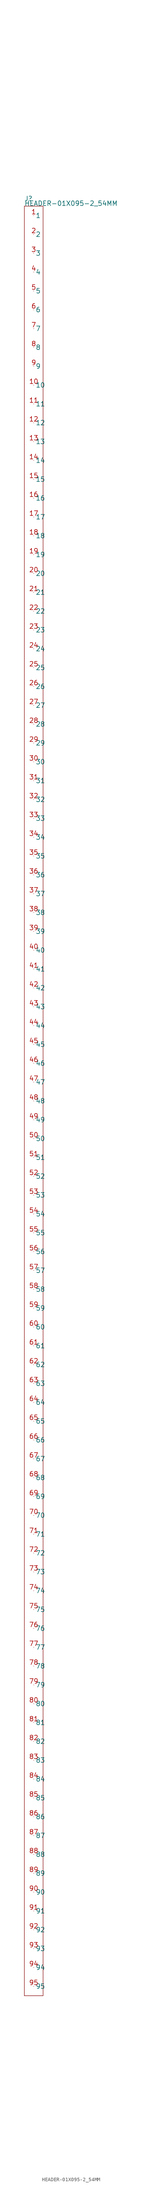
<source format=kicad_sym>
(kicad_symbol_lib
  (version 20211014)
  (generator kicad_symbol_editor)
  (symbol "HEADER-01X095-2_54MM"
    (pin_names)
    (property "Reference" "J"
      (at -2.54 242.57 0)
      (effects (font (size 1.27 1.27)) (justify left bottom)))
    (property "Value" "HEADER-01X095-2_54MM"
      (at -2.54 241.3 0)
      (effects (font (size 1.27 1.27)) (justify left bottom)))
    (property "Datasheet" ""
      (at 0 0 0))
    (property "ki_description" "Header 1x95  - Header Vertical 95POS 2.54MM Technical Specifications: Pitch: 0.1\" (2.54mm) "
      (at 0 0 0))
    (property "ki_fp_filters" "FlashPCB_Connectors:HEADER-THT-01X095-2_54MM FlashPCB_Connectors:HEADER-THT-LONG-01X095-2_54MM FlashPCB_Connectors:HEADER-THT-NOSILK-01X095-2_54MM FlashPCB_Connectors:HEADER-THT-LONG-NOSILK-01X095-2_54MM"
      (at 0 0 0))
    (symbol "HEADER-01X095-2_54MM_1_1"
      (polyline (pts (xy -2.54 241.3) (xy 2.54 241.3)) (stroke (width 0.127)) (fill (type none)))
      (polyline (pts (xy 2.54 241.3) (xy 2.54 -241.3)) (stroke (width 0.127)) (fill (type none)))
      (polyline (pts (xy 2.54 -241.3) (xy -2.54 -241.3)) (stroke (width 0.127)) (fill (type none)))
      (polyline (pts (xy -2.54 -241.3) (xy -2.54 241.3)) (stroke (width 0.127)) (fill (type none)))
      (pin bidirectional line (at 0 238.76 0) (length 0) (name "1" (effects (font (size 1.27 1.27)))) (number "1" (effects (font (size 1.27 1.27)))))
      (pin bidirectional line (at 0 233.68 0) (length 0) (name "2" (effects (font (size 1.27 1.27)))) (number "2" (effects (font (size 1.27 1.27)))))
      (pin bidirectional line (at 0 228.6 0) (length 0) (name "3" (effects (font (size 1.27 1.27)))) (number "3" (effects (font (size 1.27 1.27)))))
      (pin bidirectional line (at 0 223.52 0) (length 0) (name "4" (effects (font (size 1.27 1.27)))) (number "4" (effects (font (size 1.27 1.27)))))
      (pin bidirectional line (at 0 218.44 0) (length 0) (name "5" (effects (font (size 1.27 1.27)))) (number "5" (effects (font (size 1.27 1.27)))))
      (pin bidirectional line (at 0 213.36 0) (length 0) (name "6" (effects (font (size 1.27 1.27)))) (number "6" (effects (font (size 1.27 1.27)))))
      (pin bidirectional line (at 0 208.28 0) (length 0) (name "7" (effects (font (size 1.27 1.27)))) (number "7" (effects (font (size 1.27 1.27)))))
      (pin bidirectional line (at 0 203.2 0) (length 0) (name "8" (effects (font (size 1.27 1.27)))) (number "8" (effects (font (size 1.27 1.27)))))
      (pin bidirectional line (at 0 198.12 0) (length 0) (name "9" (effects (font (size 1.27 1.27)))) (number "9" (effects (font (size 1.27 1.27)))))
      (pin bidirectional line (at 0 193.04 0) (length 0) (name "10" (effects (font (size 1.27 1.27)))) (number "10" (effects (font (size 1.27 1.27)))))
      (pin bidirectional line (at 0 187.96 0) (length 0) (name "11" (effects (font (size 1.27 1.27)))) (number "11" (effects (font (size 1.27 1.27)))))
      (pin bidirectional line (at 0 182.88 0) (length 0) (name "12" (effects (font (size 1.27 1.27)))) (number "12" (effects (font (size 1.27 1.27)))))
      (pin bidirectional line (at 0 177.8 0) (length 0) (name "13" (effects (font (size 1.27 1.27)))) (number "13" (effects (font (size 1.27 1.27)))))
      (pin bidirectional line (at 0 172.72 0) (length 0) (name "14" (effects (font (size 1.27 1.27)))) (number "14" (effects (font (size 1.27 1.27)))))
      (pin bidirectional line (at 0 167.64 0) (length 0) (name "15" (effects (font (size 1.27 1.27)))) (number "15" (effects (font (size 1.27 1.27)))))
      (pin bidirectional line (at 0 162.56 0) (length 0) (name "16" (effects (font (size 1.27 1.27)))) (number "16" (effects (font (size 1.27 1.27)))))
      (pin bidirectional line (at 0 157.48 0) (length 0) (name "17" (effects (font (size 1.27 1.27)))) (number "17" (effects (font (size 1.27 1.27)))))
      (pin bidirectional line (at 0 152.4 0) (length 0) (name "18" (effects (font (size 1.27 1.27)))) (number "18" (effects (font (size 1.27 1.27)))))
      (pin bidirectional line (at 0 147.32 0) (length 0) (name "19" (effects (font (size 1.27 1.27)))) (number "19" (effects (font (size 1.27 1.27)))))
      (pin bidirectional line (at 0 142.24 0) (length 0) (name "20" (effects (font (size 1.27 1.27)))) (number "20" (effects (font (size 1.27 1.27)))))
      (pin bidirectional line (at 0 137.16 0) (length 0) (name "21" (effects (font (size 1.27 1.27)))) (number "21" (effects (font (size 1.27 1.27)))))
      (pin bidirectional line (at 0 132.08 0) (length 0) (name "22" (effects (font (size 1.27 1.27)))) (number "22" (effects (font (size 1.27 1.27)))))
      (pin bidirectional line (at 0 127 0) (length 0) (name "23" (effects (font (size 1.27 1.27)))) (number "23" (effects (font (size 1.27 1.27)))))
      (pin bidirectional line (at 0 121.92 0) (length 0) (name "24" (effects (font (size 1.27 1.27)))) (number "24" (effects (font (size 1.27 1.27)))))
      (pin bidirectional line (at 0 116.84 0) (length 0) (name "25" (effects (font (size 1.27 1.27)))) (number "25" (effects (font (size 1.27 1.27)))))
      (pin bidirectional line (at 0 111.76 0) (length 0) (name "26" (effects (font (size 1.27 1.27)))) (number "26" (effects (font (size 1.27 1.27)))))
      (pin bidirectional line (at 0 106.68 0) (length 0) (name "27" (effects (font (size 1.27 1.27)))) (number "27" (effects (font (size 1.27 1.27)))))
      (pin bidirectional line (at 0 101.6 0) (length 0) (name "28" (effects (font (size 1.27 1.27)))) (number "28" (effects (font (size 1.27 1.27)))))
      (pin bidirectional line (at 0 96.52 0) (length 0) (name "29" (effects (font (size 1.27 1.27)))) (number "29" (effects (font (size 1.27 1.27)))))
      (pin bidirectional line (at 0 91.44 0) (length 0) (name "30" (effects (font (size 1.27 1.27)))) (number "30" (effects (font (size 1.27 1.27)))))
      (pin bidirectional line (at 0 86.36 0) (length 0) (name "31" (effects (font (size 1.27 1.27)))) (number "31" (effects (font (size 1.27 1.27)))))
      (pin bidirectional line (at 0 81.28 0) (length 0) (name "32" (effects (font (size 1.27 1.27)))) (number "32" (effects (font (size 1.27 1.27)))))
      (pin bidirectional line (at 0 76.2 0) (length 0) (name "33" (effects (font (size 1.27 1.27)))) (number "33" (effects (font (size 1.27 1.27)))))
      (pin bidirectional line (at 0 71.12 0) (length 0) (name "34" (effects (font (size 1.27 1.27)))) (number "34" (effects (font (size 1.27 1.27)))))
      (pin bidirectional line (at 0 66.04 0) (length 0) (name "35" (effects (font (size 1.27 1.27)))) (number "35" (effects (font (size 1.27 1.27)))))
      (pin bidirectional line (at 0 60.96 0) (length 0) (name "36" (effects (font (size 1.27 1.27)))) (number "36" (effects (font (size 1.27 1.27)))))
      (pin bidirectional line (at 0 55.88 0) (length 0) (name "37" (effects (font (size 1.27 1.27)))) (number "37" (effects (font (size 1.27 1.27)))))
      (pin bidirectional line (at 0 50.8 0) (length 0) (name "38" (effects (font (size 1.27 1.27)))) (number "38" (effects (font (size 1.27 1.27)))))
      (pin bidirectional line (at 0 45.72 0) (length 0) (name "39" (effects (font (size 1.27 1.27)))) (number "39" (effects (font (size 1.27 1.27)))))
      (pin bidirectional line (at 0 40.64 0) (length 0) (name "40" (effects (font (size 1.27 1.27)))) (number "40" (effects (font (size 1.27 1.27)))))
      (pin bidirectional line (at 0 35.56 0) (length 0) (name "41" (effects (font (size 1.27 1.27)))) (number "41" (effects (font (size 1.27 1.27)))))
      (pin bidirectional line (at 0 30.48 0) (length 0) (name "42" (effects (font (size 1.27 1.27)))) (number "42" (effects (font (size 1.27 1.27)))))
      (pin bidirectional line (at 0 25.4 0) (length 0) (name "43" (effects (font (size 1.27 1.27)))) (number "43" (effects (font (size 1.27 1.27)))))
      (pin bidirectional line (at 0 20.32 0) (length 0) (name "44" (effects (font (size 1.27 1.27)))) (number "44" (effects (font (size 1.27 1.27)))))
      (pin bidirectional line (at 0 15.24 0) (length 0) (name "45" (effects (font (size 1.27 1.27)))) (number "45" (effects (font (size 1.27 1.27)))))
      (pin bidirectional line (at 0 10.16 0) (length 0) (name "46" (effects (font (size 1.27 1.27)))) (number "46" (effects (font (size 1.27 1.27)))))
      (pin bidirectional line (at 0 5.08 0) (length 0) (name "47" (effects (font (size 1.27 1.27)))) (number "47" (effects (font (size 1.27 1.27)))))
      (pin bidirectional line (at 0 0 0) (length 0) (name "48" (effects (font (size 1.27 1.27)))) (number "48" (effects (font (size 1.27 1.27)))))
      (pin bidirectional line (at 0 -5.08 0) (length 0) (name "49" (effects (font (size 1.27 1.27)))) (number "49" (effects (font (size 1.27 1.27)))))
      (pin bidirectional line (at 0 -10.16 0) (length 0) (name "50" (effects (font (size 1.27 1.27)))) (number "50" (effects (font (size 1.27 1.27)))))
      (pin bidirectional line (at 0 -15.24 0) (length 0) (name "51" (effects (font (size 1.27 1.27)))) (number "51" (effects (font (size 1.27 1.27)))))
      (pin bidirectional line (at 0 -20.32 0) (length 0) (name "52" (effects (font (size 1.27 1.27)))) (number "52" (effects (font (size 1.27 1.27)))))
      (pin bidirectional line (at 0 -25.4 0) (length 0) (name "53" (effects (font (size 1.27 1.27)))) (number "53" (effects (font (size 1.27 1.27)))))
      (pin bidirectional line (at 0 -30.48 0) (length 0) (name "54" (effects (font (size 1.27 1.27)))) (number "54" (effects (font (size 1.27 1.27)))))
      (pin bidirectional line (at 0 -35.56 0) (length 0) (name "55" (effects (font (size 1.27 1.27)))) (number "55" (effects (font (size 1.27 1.27)))))
      (pin bidirectional line (at 0 -40.64 0) (length 0) (name "56" (effects (font (size 1.27 1.27)))) (number "56" (effects (font (size 1.27 1.27)))))
      (pin bidirectional line (at 0 -45.72 0) (length 0) (name "57" (effects (font (size 1.27 1.27)))) (number "57" (effects (font (size 1.27 1.27)))))
      (pin bidirectional line (at 0 -50.8 0) (length 0) (name "58" (effects (font (size 1.27 1.27)))) (number "58" (effects (font (size 1.27 1.27)))))
      (pin bidirectional line (at 0 -55.88 0) (length 0) (name "59" (effects (font (size 1.27 1.27)))) (number "59" (effects (font (size 1.27 1.27)))))
      (pin bidirectional line (at 0 -60.96 0) (length 0) (name "60" (effects (font (size 1.27 1.27)))) (number "60" (effects (font (size 1.27 1.27)))))
      (pin bidirectional line (at 0 -66.04 0) (length 0) (name "61" (effects (font (size 1.27 1.27)))) (number "61" (effects (font (size 1.27 1.27)))))
      (pin bidirectional line (at 0 -71.12 0) (length 0) (name "62" (effects (font (size 1.27 1.27)))) (number "62" (effects (font (size 1.27 1.27)))))
      (pin bidirectional line (at 0 -76.2 0) (length 0) (name "63" (effects (font (size 1.27 1.27)))) (number "63" (effects (font (size 1.27 1.27)))))
      (pin bidirectional line (at 0 -81.28 0) (length 0) (name "64" (effects (font (size 1.27 1.27)))) (number "64" (effects (font (size 1.27 1.27)))))
      (pin bidirectional line (at 0 -86.36 0) (length 0) (name "65" (effects (font (size 1.27 1.27)))) (number "65" (effects (font (size 1.27 1.27)))))
      (pin bidirectional line (at 0 -91.44 0) (length 0) (name "66" (effects (font (size 1.27 1.27)))) (number "66" (effects (font (size 1.27 1.27)))))
      (pin bidirectional line (at 0 -96.52 0) (length 0) (name "67" (effects (font (size 1.27 1.27)))) (number "67" (effects (font (size 1.27 1.27)))))
      (pin bidirectional line (at 0 -101.6 0) (length 0) (name "68" (effects (font (size 1.27 1.27)))) (number "68" (effects (font (size 1.27 1.27)))))
      (pin bidirectional line (at 0 -106.68 0) (length 0) (name "69" (effects (font (size 1.27 1.27)))) (number "69" (effects (font (size 1.27 1.27)))))
      (pin bidirectional line (at 0 -111.76 0) (length 0) (name "70" (effects (font (size 1.27 1.27)))) (number "70" (effects (font (size 1.27 1.27)))))
      (pin bidirectional line (at 0 -116.84 0) (length 0) (name "71" (effects (font (size 1.27 1.27)))) (number "71" (effects (font (size 1.27 1.27)))))
      (pin bidirectional line (at 0 -121.92 0) (length 0) (name "72" (effects (font (size 1.27 1.27)))) (number "72" (effects (font (size 1.27 1.27)))))
      (pin bidirectional line (at 0 -127 0) (length 0) (name "73" (effects (font (size 1.27 1.27)))) (number "73" (effects (font (size 1.27 1.27)))))
      (pin bidirectional line (at 0 -132.08 0) (length 0) (name "74" (effects (font (size 1.27 1.27)))) (number "74" (effects (font (size 1.27 1.27)))))
      (pin bidirectional line (at 0 -137.16 0) (length 0) (name "75" (effects (font (size 1.27 1.27)))) (number "75" (effects (font (size 1.27 1.27)))))
      (pin bidirectional line (at 0 -142.24 0) (length 0) (name "76" (effects (font (size 1.27 1.27)))) (number "76" (effects (font (size 1.27 1.27)))))
      (pin bidirectional line (at 0 -147.32 0) (length 0) (name "77" (effects (font (size 1.27 1.27)))) (number "77" (effects (font (size 1.27 1.27)))))
      (pin bidirectional line (at 0 -152.4 0) (length 0) (name "78" (effects (font (size 1.27 1.27)))) (number "78" (effects (font (size 1.27 1.27)))))
      (pin bidirectional line (at 0 -157.48 0) (length 0) (name "79" (effects (font (size 1.27 1.27)))) (number "79" (effects (font (size 1.27 1.27)))))
      (pin bidirectional line (at 0 -162.56 0) (length 0) (name "80" (effects (font (size 1.27 1.27)))) (number "80" (effects (font (size 1.27 1.27)))))
      (pin bidirectional line (at 0 -167.64 0) (length 0) (name "81" (effects (font (size 1.27 1.27)))) (number "81" (effects (font (size 1.27 1.27)))))
      (pin bidirectional line (at 0 -172.72 0) (length 0) (name "82" (effects (font (size 1.27 1.27)))) (number "82" (effects (font (size 1.27 1.27)))))
      (pin bidirectional line (at 0 -177.8 0) (length 0) (name "83" (effects (font (size 1.27 1.27)))) (number "83" (effects (font (size 1.27 1.27)))))
      (pin bidirectional line (at 0 -182.88 0) (length 0) (name "84" (effects (font (size 1.27 1.27)))) (number "84" (effects (font (size 1.27 1.27)))))
      (pin bidirectional line (at 0 -187.96 0) (length 0) (name "85" (effects (font (size 1.27 1.27)))) (number "85" (effects (font (size 1.27 1.27)))))
      (pin bidirectional line (at 0 -193.04 0) (length 0) (name "86" (effects (font (size 1.27 1.27)))) (number "86" (effects (font (size 1.27 1.27)))))
      (pin bidirectional line (at 0 -198.12 0) (length 0) (name "87" (effects (font (size 1.27 1.27)))) (number "87" (effects (font (size 1.27 1.27)))))
      (pin bidirectional line (at 0 -203.2 0) (length 0) (name "88" (effects (font (size 1.27 1.27)))) (number "88" (effects (font (size 1.27 1.27)))))
      (pin bidirectional line (at 0 -208.28 0) (length 0) (name "89" (effects (font (size 1.27 1.27)))) (number "89" (effects (font (size 1.27 1.27)))))
      (pin bidirectional line (at 0 -213.36 0) (length 0) (name "90" (effects (font (size 1.27 1.27)))) (number "90" (effects (font (size 1.27 1.27)))))
      (pin bidirectional line (at 0 -218.44 0) (length 0) (name "91" (effects (font (size 1.27 1.27)))) (number "91" (effects (font (size 1.27 1.27)))))
      (pin bidirectional line (at 0 -223.52 0) (length 0) (name "92" (effects (font (size 1.27 1.27)))) (number "92" (effects (font (size 1.27 1.27)))))
      (pin bidirectional line (at 0 -228.6 0) (length 0) (name "93" (effects (font (size 1.27 1.27)))) (number "93" (effects (font (size 1.27 1.27)))))
      (pin bidirectional line (at 0 -233.68 0) (length 0) (name "94" (effects (font (size 1.27 1.27)))) (number "94" (effects (font (size 1.27 1.27)))))
      (pin bidirectional line (at 0 -238.76 0) (length 0) (name "95" (effects (font (size 1.27 1.27)))) (number "95" (effects (font (size 1.27 1.27))))))))
</source>
